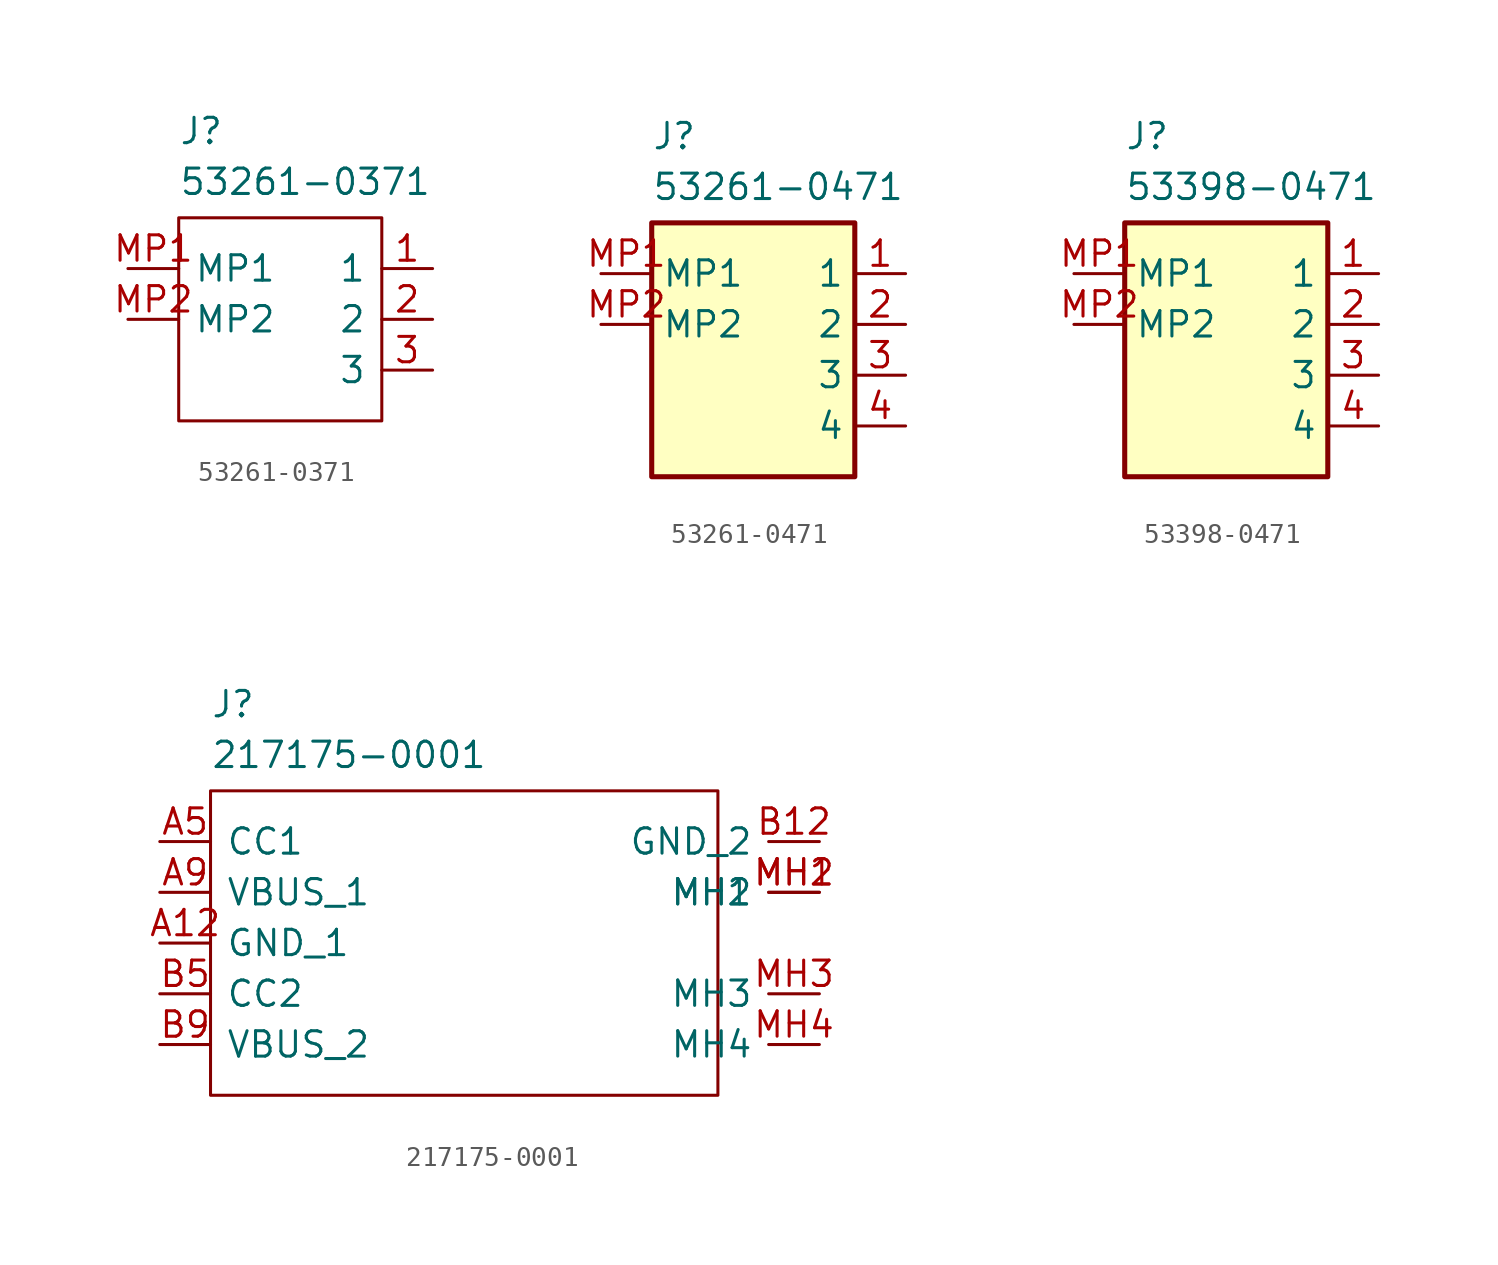
<source format=kicad_sym>
(kicad_symbol_lib
  (version 20241209)
  (generator "kicad_symbol_editor")
  (generator_version "9.0")
  (symbol "53261-0371"
    (pin_names
      (offset 0.762))
    (property "Reference" "J"
      (at 2.54 7.62 0)
      (effects (font (size 1.27 1.27)) (justify left top)))
    (property "Value" "53261-0371"
      (at 2.54 5.08 0)
      (effects (font (size 1.27 1.27)) (justify left top)))
    (symbol "53261-0371_0_0"
      (pin passive line (at 0 0 0) (length 2.54) (name "MP1" (effects (font (size 1.27 1.27)))) (number "MP1" (effects (font (size 1.27 1.27)))))
      (pin passive line (at 0 -2.54 0) (length 2.54) (name "MP2" (effects (font (size 1.27 1.27)))) (number "MP2" (effects (font (size 1.27 1.27)))))
      (pin passive line (at 15.24 0 180) (length 2.54) (name "1" (effects (font (size 1.27 1.27)))) (number "1" (effects (font (size 1.27 1.27)))))
      (pin passive line (at 15.24 -2.54 180) (length 2.54) (name "2" (effects (font (size 1.27 1.27)))) (number "2" (effects (font (size 1.27 1.27)))))
      (pin passive line (at 15.24 -5.08 180) (length 2.54) (name "3" (effects (font (size 1.27 1.27)))) (number "3" (effects (font (size 1.27 1.27))))))
    (symbol "53261-0371_0_1"
      (polyline (pts (xy 2.54 2.54) (xy 12.7 2.54) (xy 12.7 -7.62) (xy 2.54 -7.62) (xy 2.54 2.54)) (stroke (width 0.152) (type default)) (fill (type none)))))
  (symbol "53261-0471"
    (property "Reference" "J"
      (at 2.54 7.62 0)
      (effects (font (size 1.27 1.27)) (justify left top)))
    (property "Value" "53261-0471"
      (at 2.54 5.08 0)
      (effects (font (size 1.27 1.27)) (justify left top)))
    (symbol "53261-0471_1_1"
      (rectangle (start 2.54 2.54) (end 12.7 -10.16) (stroke (width 0.254) (type default)) (fill (type background)))
      (pin passive line (at 0 0 0) (length 2.54) (name "MP1" (effects (font (size 1.27 1.27)))) (number "MP1" (effects (font (size 1.27 1.27)))))
      (pin passive line (at 0 -2.54 0) (length 2.54) (name "MP2" (effects (font (size 1.27 1.27)))) (number "MP2" (effects (font (size 1.27 1.27)))))
      (pin passive line (at 15.24 0 180) (length 2.54) (name "1" (effects (font (size 1.27 1.27)))) (number "1" (effects (font (size 1.27 1.27)))))
      (pin passive line (at 15.24 -2.54 180) (length 2.54) (name "2" (effects (font (size 1.27 1.27)))) (number "2" (effects (font (size 1.27 1.27)))))
      (pin passive line (at 15.24 -5.08 180) (length 2.54) (name "3" (effects (font (size 1.27 1.27)))) (number "3" (effects (font (size 1.27 1.27)))))
      (pin passive line (at 15.24 -7.62 180) (length 2.54) (name "4" (effects (font (size 1.27 1.27)))) (number "4" (effects (font (size 1.27 1.27)))))))
  (symbol "53398-0471"
    (property "Reference" "J"
      (at 2.54 7.62 0)
      (effects (font (size 1.27 1.27)) (justify left top)))
    (property "Value" "53398-0471"
      (at 2.54 5.08 0)
      (effects (font (size 1.27 1.27)) (justify left top)))
    (symbol "53398-0471_1_1"
      (rectangle (start 2.54 2.54) (end 12.7 -10.16) (stroke (width 0.254) (type default)) (fill (type background)))
      (pin passive line (at 0 0 0) (length 2.54) (name "MP1" (effects (font (size 1.27 1.27)))) (number "MP1" (effects (font (size 1.27 1.27)))))
      (pin passive line (at 0 -2.54 0) (length 2.54) (name "MP2" (effects (font (size 1.27 1.27)))) (number "MP2" (effects (font (size 1.27 1.27)))))
      (pin passive line (at 15.24 0 180) (length 2.54) (name "1" (effects (font (size 1.27 1.27)))) (number "1" (effects (font (size 1.27 1.27)))))
      (pin passive line (at 15.24 -2.54 180) (length 2.54) (name "2" (effects (font (size 1.27 1.27)))) (number "2" (effects (font (size 1.27 1.27)))))
      (pin passive line (at 15.24 -5.08 180) (length 2.54) (name "3" (effects (font (size 1.27 1.27)))) (number "3" (effects (font (size 1.27 1.27)))))
      (pin passive line (at 15.24 -7.62 180) (length 2.54) (name "4" (effects (font (size 1.27 1.27)))) (number "4" (effects (font (size 1.27 1.27)))))))
  (symbol "217175-0001"
    (pin_names
      (offset 0.762))
    (property "Reference" "J"
      (at 2.54 7.62 0)
      (effects (font (size 1.27 1.27)) (justify left top)))
    (property "Value" "217175-0001"
      (at 2.54 5.08 0)
      (effects (font (size 1.27 1.27)) (justify left top)))
    (symbol "217175-0001_0_0"
      (pin passive line (at 0 0 0) (length 2.54) (name "CC1" (effects (font (size 1.27 1.27)))) (number "A5" (effects (font (size 1.27 1.27)))))
      (pin passive line (at 0 -2.54 0) (length 2.54) (name "VBUS_1" (effects (font (size 1.27 1.27)))) (number "A9" (effects (font (size 1.27 1.27)))))
      (pin passive line (at 0 -5.08 0) (length 2.54) (name "GND_1" (effects (font (size 1.27 1.27)))) (number "A12" (effects (font (size 1.27 1.27)))))
      (pin passive line (at 0 -7.62 0) (length 2.54) (name "CC2" (effects (font (size 1.27 1.27)))) (number "B5" (effects (font (size 1.27 1.27)))))
      (pin passive line (at 0 -10.16 0) (length 2.54) (name "VBUS_2" (effects (font (size 1.27 1.27)))) (number "B9" (effects (font (size 1.27 1.27)))))
      (pin passive line (at 33.02 0 180) (length 2.54) (name "GND_2" (effects (font (size 1.27 1.27)))) (number "B12" (effects (font (size 1.27 1.27)))))
      (pin passive line (at 33.02 -2.54 180) (length 2.54) (name "MH1" (effects (font (size 1.27 1.27)))) (number "MH1" (effects (font (size 1.27 1.27)))))
      (pin passive line (at 33.02 -2.54 180) (length 2.54) (name "MH2" (effects (font (size 1.27 1.27)))) (number "MH2" (effects (font (size 1.27 1.27)))))
      (pin passive line (at 33.02 -7.62 180) (length 2.54) (name "MH3" (effects (font (size 1.27 1.27)))) (number "MH3" (effects (font (size 1.27 1.27)))))
      (pin passive line (at 33.02 -10.16 180) (length 2.54) (name "MH4" (effects (font (size 1.27 1.27)))) (number "MH4" (effects (font (size 1.27 1.27))))))
    (symbol "217175-0001_0_1"
      (polyline (pts (xy 2.54 2.54) (xy 27.94 2.54) (xy 27.94 -12.7) (xy 2.54 -12.7) (xy 2.54 2.54)) (stroke (width 0.152) (type default)) (fill (type none))))))
</source>
